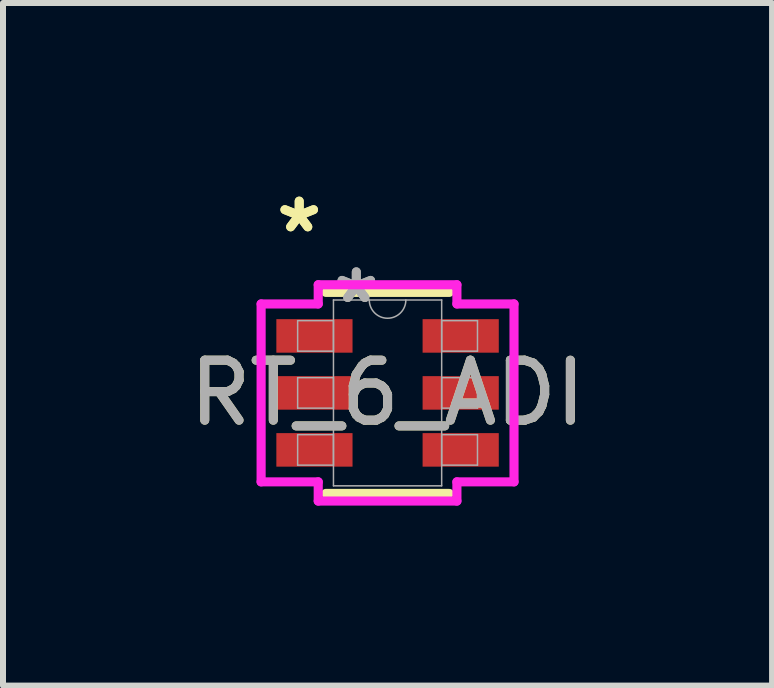
<source format=kicad_pcb>
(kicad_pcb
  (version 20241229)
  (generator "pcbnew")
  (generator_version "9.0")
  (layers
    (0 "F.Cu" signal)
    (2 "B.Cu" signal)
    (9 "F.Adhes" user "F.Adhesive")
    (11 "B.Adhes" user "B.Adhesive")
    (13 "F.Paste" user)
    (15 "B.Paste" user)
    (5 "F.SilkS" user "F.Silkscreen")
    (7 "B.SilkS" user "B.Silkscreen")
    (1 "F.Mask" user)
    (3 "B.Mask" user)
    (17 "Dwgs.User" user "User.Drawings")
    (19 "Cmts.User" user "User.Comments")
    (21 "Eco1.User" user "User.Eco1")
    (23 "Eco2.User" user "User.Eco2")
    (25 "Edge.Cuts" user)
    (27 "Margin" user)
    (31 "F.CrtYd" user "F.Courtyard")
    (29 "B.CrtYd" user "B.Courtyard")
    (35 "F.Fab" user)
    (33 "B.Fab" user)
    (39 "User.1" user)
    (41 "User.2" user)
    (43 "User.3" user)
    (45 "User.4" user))
  (footprint "RT_6_ADI"
    (layer "F.Cu")
    (at 3.411 3.5)
    (property "Reference" "RT_6_ADI" (at 0 0 0) (unlocked yes) (layer "F.SilkS") (effects (font (size 1 1) (thickness 0.15))))
    (attr smd)
    (fp_line (start -1.029 1.676) (end 1.029 1.676) (stroke (width 0.152) (type solid)) (layer "F.SilkS"))
    (fp_line (start 1.029 -1.676) (end -1.029 -1.676) (stroke (width 0.152) (type solid)) (layer "F.SilkS"))
    (fp_line (start -2.108 -1.483) (end -1.156 -1.483) (stroke (width 0.152) (type solid)) (layer "F.CrtYd"))
    (fp_line (start -2.108 1.483) (end -2.108 -1.483) (stroke (width 0.152) (type solid)) (layer "F.CrtYd"))
    (fp_line (start -2.108 1.483) (end -1.156 1.483) (stroke (width 0.152) (type solid)) (layer "F.CrtYd"))
    (fp_line (start -1.156 -1.803) (end 1.156 -1.803) (stroke (width 0.152) (type solid)) (layer "F.CrtYd"))
    (fp_line (start -1.156 -1.483) (end -1.156 -1.803) (stroke (width 0.152) (type solid)) (layer "F.CrtYd"))
    (fp_line (start -1.156 1.803) (end -1.156 1.483) (stroke (width 0.152) (type solid)) (layer "F.CrtYd"))
    (fp_line (start 1.156 -1.803) (end 1.156 -1.483) (stroke (width 0.152) (type solid)) (layer "F.CrtYd"))
    (fp_line (start 1.156 1.483) (end 1.156 1.803) (stroke (width 0.152) (type solid)) (layer "F.CrtYd"))
    (fp_line (start 1.156 1.803) (end -1.156 1.803) (stroke (width 0.152) (type solid)) (layer "F.CrtYd"))
    (fp_line (start 2.108 -1.483) (end 1.156 -1.483) (stroke (width 0.152) (type solid)) (layer "F.CrtYd"))
    (fp_line (start 2.108 -1.483) (end 2.108 1.483) (stroke (width 0.152) (type solid)) (layer "F.CrtYd"))
    (fp_line (start 2.108 1.483) (end 1.156 1.483) (stroke (width 0.152) (type solid)) (layer "F.CrtYd"))
    (fp_line (start -1.499 -1.204) (end -1.499 -0.696) (stroke (width 0.025) (type solid)) (layer "F.Fab"))
    (fp_line (start -1.499 -0.696) (end -0.902 -0.696) (stroke (width 0.025) (type solid)) (layer "F.Fab"))
    (fp_line (start -1.499 -0.254) (end -1.499 0.254) (stroke (width 0.025) (type solid)) (layer "F.Fab"))
    (fp_line (start -1.499 0.254) (end -0.902 0.254) (stroke (width 0.025) (type solid)) (layer "F.Fab"))
    (fp_line (start -1.499 0.696) (end -1.499 1.204) (stroke (width 0.025) (type solid)) (layer "F.Fab"))
    (fp_line (start -1.499 1.204) (end -0.902 1.204) (stroke (width 0.025) (type solid)) (layer "F.Fab"))
    (fp_line (start -0.902 -1.549) (end -0.902 1.549) (stroke (width 0.025) (type solid)) (layer "F.Fab"))
    (fp_line (start -0.902 -1.204) (end -1.499 -1.204) (stroke (width 0.025) (type solid)) (layer "F.Fab"))
    (fp_line (start -0.902 -0.696) (end -0.902 -1.204) (stroke (width 0.025) (type solid)) (layer "F.Fab"))
    (fp_line (start -0.902 -0.254) (end -1.499 -0.254) (stroke (width 0.025) (type solid)) (layer "F.Fab"))
    (fp_line (start -0.902 0.254) (end -0.902 -0.254) (stroke (width 0.025) (type solid)) (layer "F.Fab"))
    (fp_line (start -0.902 0.696) (end -1.499 0.696) (stroke (width 0.025) (type solid)) (layer "F.Fab"))
    (fp_line (start -0.902 1.204) (end -0.902 0.696) (stroke (width 0.025) (type solid)) (layer "F.Fab"))
    (fp_line (start -0.902 1.549) (end 0.902 1.549) (stroke (width 0.025) (type solid)) (layer "F.Fab"))
    (fp_line (start 0.902 -1.549) (end -0.902 -1.549) (stroke (width 0.025) (type solid)) (layer "F.Fab"))
    (fp_line (start 0.902 -1.204) (end 0.902 -0.696) (stroke (width 0.025) (type solid)) (layer "F.Fab"))
    (fp_line (start 0.902 -0.696) (end 1.499 -0.696) (stroke (width 0.025) (type solid)) (layer "F.Fab"))
    (fp_line (start 0.902 -0.254) (end 0.902 0.254) (stroke (width 0.025) (type solid)) (layer "F.Fab"))
    (fp_line (start 0.902 0.254) (end 1.499 0.254) (stroke (width 0.025) (type solid)) (layer "F.Fab"))
    (fp_line (start 0.902 0.696) (end 0.902 1.204) (stroke (width 0.025) (type solid)) (layer "F.Fab"))
    (fp_line (start 0.902 1.204) (end 1.499 1.204) (stroke (width 0.025) (type solid)) (layer "F.Fab"))
    (fp_line (start 0.902 1.549) (end 0.902 -1.549) (stroke (width 0.025) (type solid)) (layer "F.Fab"))
    (fp_line (start 1.499 -1.204) (end 0.902 -1.204) (stroke (width 0.025) (type solid)) (layer "F.Fab"))
    (fp_line (start 1.499 -0.696) (end 1.499 -1.204) (stroke (width 0.025) (type solid)) (layer "F.Fab"))
    (fp_line (start 1.499 -0.254) (end 0.902 -0.254) (stroke (width 0.025) (type solid)) (layer "F.Fab"))
    (fp_line (start 1.499 0.254) (end 1.499 -0.254) (stroke (width 0.025) (type solid)) (layer "F.Fab"))
    (fp_line (start 1.499 0.696) (end 0.902 0.696) (stroke (width 0.025) (type solid)) (layer "F.Fab"))
    (fp_line (start 1.499 1.204) (end 1.499 0.696) (stroke (width 0.025) (type solid)) (layer "F.Fab"))
    (fp_arc (start 0.3048 -1.5494) (mid 0 -1.2446) (end -0.3048 -1.5494) (stroke (width 0.0254) (type solid)) (layer "F.Fab"))
    (fp_text user "*" (at -1.473 -2.652 0) (layer "F.SilkS") (effects (font (size 1 1) (thickness 0.15))))
    (fp_text user "*" (at -1.473 -2.652 0) (unlocked yes) (layer "F.SilkS") (effects (font (size 1 1) (thickness 0.15))))
    (fp_text user "${REFERENCE}" (at 0 0 0) (unlocked yes) (layer "F.Fab") (effects (font (size 1 1) (thickness 0.15))))
    (fp_text user "*" (at -0.521 -1.473 0) (unlocked yes) (layer "F.Fab") (effects (font (size 1 1) (thickness 0.15))))
    (fp_text user "*" (at -0.521 -1.473 0) (layer "F.Fab") (effects (font (size 1 1) (thickness 0.15))))
    (pad "1" smd rect (at -1.219 -0.95) (size 1.27 0.559) (layers "F.Cu" "F.Mask" "F.Paste"))
    (pad "2" smd rect (at -1.219 0) (size 1.27 0.559) (layers "F.Cu" "F.Mask" "F.Paste"))
    (pad "3" smd rect (at -1.219 0.95) (size 1.27 0.559) (layers "F.Cu" "F.Mask" "F.Paste"))
    (pad "4" smd rect (at 1.219 0.95) (size 1.27 0.559) (layers "F.Cu" "F.Mask" "F.Paste"))
    (pad "5" smd rect (at 1.219 0) (size 1.27 0.559) (layers "F.Cu" "F.Mask" "F.Paste"))
    (pad "6" smd rect (at 1.219 -0.95) (size 1.27 0.559) (layers "F.Cu" "F.Mask" "F.Paste")))
  (gr_rect
    (start -3 -3)
    (end 9.821 8.38)
    (stroke (width 0.1) (type default))
    (fill no)
    (layer "Edge.Cuts")))
</source>
